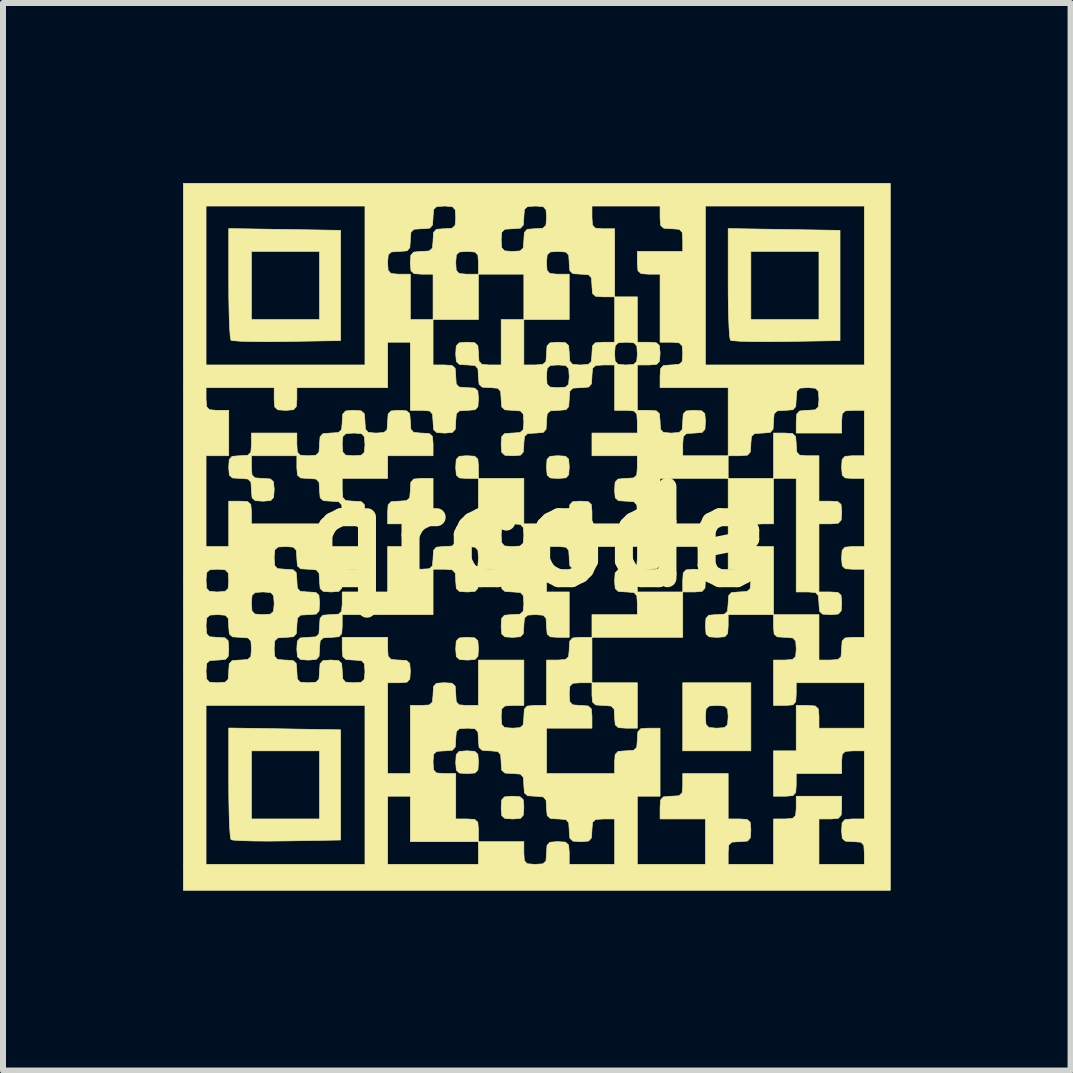
<source format=kicad_pcb>
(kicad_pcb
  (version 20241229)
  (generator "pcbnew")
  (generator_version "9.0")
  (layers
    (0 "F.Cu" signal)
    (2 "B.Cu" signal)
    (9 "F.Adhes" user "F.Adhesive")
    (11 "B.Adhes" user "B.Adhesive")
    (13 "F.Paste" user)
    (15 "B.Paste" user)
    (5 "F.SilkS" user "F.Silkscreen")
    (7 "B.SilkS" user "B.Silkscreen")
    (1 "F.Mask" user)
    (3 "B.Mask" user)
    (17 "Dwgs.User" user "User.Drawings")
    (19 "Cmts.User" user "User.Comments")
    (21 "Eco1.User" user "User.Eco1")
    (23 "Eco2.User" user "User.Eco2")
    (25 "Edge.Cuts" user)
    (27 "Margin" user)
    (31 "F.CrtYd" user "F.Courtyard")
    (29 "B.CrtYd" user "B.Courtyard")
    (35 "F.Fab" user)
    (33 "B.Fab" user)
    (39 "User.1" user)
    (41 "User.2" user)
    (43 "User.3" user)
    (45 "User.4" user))
  (footprint "qrcode"
    (layer "F.Cu")
    (at 5.896 5.896)
    (property "Reference" "qrcode" (at 0 0 0) (layer "F.SilkS") (effects (font (size 1.524 1.524) (thickness 0.3))))
    (attr through_hole)
    (fp_poly (pts (xy -1.035 -1.343) (xy -0.983 -1.295) (xy -0.973 -1.176) (xy -0.973 -1.162) (xy -0.973 -0.973) (xy -1.162 -0.973) (xy -1.289 -0.981) (xy -1.341 -1.028) (xy -1.351 -1.148) (xy -1.351 -1.162) (xy -1.343 -1.289) (xy -1.295 -1.341) (xy -1.176 -1.351) (xy -1.162 -1.351) (xy -1.035 -1.343)) (stroke (width 0.01) (type solid)) (fill yes) (layer "F.SilkS"))
    (fp_poly (pts (xy 2.748 0.549) (xy 2.8 0.596) (xy 2.81 0.715) (xy 2.81 0.73) (xy 2.802 0.856) (xy 2.755 0.908) (xy 2.635 0.919) (xy 2.621 0.919) (xy 2.432 0.919) (xy 2.432 0.73) (xy 2.44 0.603) (xy 2.487 0.551) (xy 2.607 0.54) (xy 2.621 0.54) (xy 2.748 0.549)) (stroke (width 0.01) (type solid)) (fill yes) (layer "F.SilkS"))
    (fp_poly (pts (xy -1.729 -0.216) (xy -2.486 -0.216) (xy -2.486 -0.405) (xy -2.478 -0.532) (xy -2.43 -0.584) (xy -2.311 -0.594) (xy -2.297 -0.594) (xy -2.17 -0.603) (xy -2.118 -0.65) (xy -2.108 -0.769) (xy -2.108 -0.784) (xy -2.099 -0.91) (xy -2.052 -0.962) (xy -1.933 -0.973) (xy -1.919 -0.973) (xy -1.729 -0.973) (xy -1.729 -0.216)) (stroke (width 0.01) (type solid)) (fill yes) (layer "F.SilkS"))
    (fp_poly (pts (xy -1.035 1.684) (xy -0.983 1.731) (xy -0.973 1.85) (xy -0.973 1.864) (xy -0.981 1.991) (xy -1.028 2.043) (xy -1.148 2.054) (xy -1.162 2.054) (xy -1.289 2.045) (xy -1.341 1.998) (xy -1.351 1.879) (xy -1.351 1.864) (xy -1.343 1.738) (xy -1.295 1.686) (xy -1.176 1.675) (xy -1.162 1.675) (xy -1.035 1.684)) (stroke (width 0.01) (type solid)) (fill yes) (layer "F.SilkS"))
    (fp_poly (pts (xy -1.035 3.575) (xy -0.983 3.622) (xy -0.973 3.742) (xy -0.973 3.756) (xy -0.981 3.883) (xy -1.028 3.935) (xy -1.148 3.945) (xy -1.162 3.945) (xy -1.289 3.937) (xy -1.341 3.89) (xy -1.351 3.77) (xy -1.351 3.756) (xy -1.343 3.629) (xy -1.295 3.577) (xy -1.176 3.567) (xy -1.162 3.567) (xy -1.035 3.575)) (stroke (width 0.01) (type solid)) (fill yes) (layer "F.SilkS"))
    (fp_poly (pts (xy -0.279 4.332) (xy -0.227 4.379) (xy -0.216 4.498) (xy -0.216 4.513) (xy -0.225 4.639) (xy -0.272 4.691) (xy -0.391 4.702) (xy -0.405 4.702) (xy -0.532 4.693) (xy -0.584 4.646) (xy -0.594 4.527) (xy -0.594 4.513) (xy -0.586 4.386) (xy -0.539 4.334) (xy -0.42 4.323) (xy -0.405 4.323) (xy -0.279 4.332)) (stroke (width 0.01) (type solid)) (fill yes) (layer "F.SilkS"))
    (fp_poly (pts (xy 0.478 -1.343) (xy 0.53 -1.295) (xy 0.54 -1.176) (xy 0.54 -1.162) (xy 0.532 -1.035) (xy 0.485 -0.983) (xy 0.366 -0.973) (xy 0.351 -0.973) (xy 0.225 -0.981) (xy 0.173 -1.028) (xy 0.162 -1.148) (xy 0.162 -1.162) (xy 0.17 -1.289) (xy 0.218 -1.341) (xy 0.337 -1.351) (xy 0.351 -1.351) (xy 0.478 -1.343)) (stroke (width 0.01) (type solid)) (fill yes) (layer "F.SilkS"))
    (fp_poly (pts (xy 1.675 3.189) (xy 1.486 3.189) (xy 1.359 3.18) (xy 1.307 3.133) (xy 1.297 3.014) (xy 1.297 2.999) (xy 1.289 2.873) (xy 1.241 2.821) (xy 1.122 2.81) (xy 1.108 2.81) (xy 0.981 2.802) (xy 0.929 2.755) (xy 0.919 2.635) (xy 0.919 2.621) (xy 0.919 2.432) (xy 1.675 2.432) (xy 1.675 3.189)) (stroke (width 0.01) (type solid)) (fill yes) (layer "F.SilkS"))
    (fp_poly (pts (xy -3.27 -5.107) (xy -3.27 -3.27) (xy -4.165 -3.255) (xy -4.465 -3.252) (xy -4.728 -3.254) (xy -4.933 -3.259) (xy -5.062 -3.269) (xy -5.097 -3.277) (xy -5.109 -3.341) (xy -5.12 -3.495) (xy -5.128 -3.719) (xy -5.133 -3.995) (xy -5.134 -4.226) (xy -5.134 -4.756) (xy -4.756 -4.756) (xy -4.756 -3.621) (xy -3.621 -3.621) (xy -3.621 -4.756) (xy -4.756 -4.756) (xy -5.134 -4.756) (xy -5.134 -5.137) (xy -3.27 -5.107)) (stroke (width 0.01) (type solid)) (fill yes) (layer "F.SilkS"))
    (fp_poly (pts (xy -3.27 3.216) (xy -3.27 5.053) (xy -4.165 5.068) (xy -4.465 5.071) (xy -4.728 5.069) (xy -4.933 5.063) (xy -5.062 5.054) (xy -5.097 5.045) (xy -5.109 4.981) (xy -5.12 4.828) (xy -5.128 4.604) (xy -5.133 4.327) (xy -5.134 4.097) (xy -5.134 3.567) (xy -4.756 3.567) (xy -4.756 4.702) (xy -3.621 4.702) (xy -3.621 3.567) (xy -4.756 3.567) (xy -5.134 3.567) (xy -5.134 3.186) (xy -3.27 3.216)) (stroke (width 0.01) (type solid)) (fill yes) (layer "F.SilkS"))
    (fp_poly (pts (xy 4.121 -5.122) (xy 5.053 -5.107) (xy 5.053 -3.27) (xy 4.158 -3.255) (xy 3.857 -3.252) (xy 3.595 -3.254) (xy 3.39 -3.259) (xy 3.261 -3.269) (xy 3.226 -3.277) (xy 3.213 -3.341) (xy 3.203 -3.495) (xy 3.195 -3.719) (xy 3.19 -3.995) (xy 3.189 -4.226) (xy 3.189 -4.756) (xy 3.567 -4.756) (xy 3.567 -3.621) (xy 4.702 -3.621) (xy 4.702 -4.756) (xy 3.567 -4.756) (xy 3.189 -4.756) (xy 3.189 -5.137) (xy 4.121 -5.122)) (stroke (width 0.01) (type solid)) (fill yes) (layer "F.SilkS"))
    (fp_poly (pts (xy 3.567 3.567) (xy 2.432 3.567) (xy 2.432 2.999) (xy 2.81 2.999) (xy 2.819 3.126) (xy 2.866 3.178) (xy 2.985 3.188) (xy 2.999 3.189) (xy 3.126 3.18) (xy 3.178 3.133) (xy 3.188 3.014) (xy 3.189 2.999) (xy 3.18 2.873) (xy 3.133 2.821) (xy 3.014 2.81) (xy 2.999 2.81) (xy 2.873 2.819) (xy 2.821 2.866) (xy 2.81 2.985) (xy 2.81 2.999) (xy 2.432 2.999) (xy 2.432 2.432) (xy 3.567 2.432) (xy 3.567 3.567)) (stroke (width 0.01) (type solid)) (fill yes) (layer "F.SilkS"))
    (fp_poly (pts (xy 3.945 -1.729) (xy 4.134 -1.729) (xy 4.261 -1.721) (xy 4.313 -1.674) (xy 4.323 -1.555) (xy 4.323 -1.54) (xy 4.332 -1.413) (xy 4.379 -1.361) (xy 4.498 -1.351) (xy 4.513 -1.351) (xy 4.702 -1.351) (xy 4.702 -0.594) (xy 4.891 -0.594) (xy 5.018 -0.586) (xy 5.07 -0.539) (xy 5.08 -0.42) (xy 5.08 -0.405) (xy 5.072 -0.279) (xy 5.024 -0.227) (xy 4.905 -0.216) (xy 4.891 -0.216) (xy 4.702 -0.216) (xy 4.702 0.919) (xy 4.891 0.919) (xy 5.018 0.927) (xy 5.07 0.974) (xy 5.08 1.093) (xy 5.08 1.108) (xy 5.072 1.235) (xy 5.024 1.287) (xy 4.905 1.297) (xy 4.891 1.297) (xy 4.764 1.289) (xy 4.712 1.241) (xy 4.702 1.122) (xy 4.702 1.108) (xy 4.693 0.981) (xy 4.646 0.929) (xy 4.527 0.919) (xy 4.513 0.919) (xy 4.323 0.919) (xy 4.323 -0.973) (xy 3.945 -0.973) (xy 3.945 -1.729)) (stroke (width 0.01) (type solid)) (fill yes) (layer "F.SilkS"))
    (fp_poly (pts (xy 3.945 -0.216) (xy 3.756 -0.216) (xy 3.629 -0.208) (xy 3.577 -0.161) (xy 3.567 -0.041) (xy 3.567 -0.027) (xy 3.575 0.1) (xy 3.622 0.152) (xy 3.742 0.162) (xy 3.756 0.162) (xy 3.945 0.162) (xy 3.945 1.297) (xy 3.189 1.297) (xy 3.189 1.486) (xy 3.18 1.613) (xy 3.133 1.665) (xy 3.014 1.675) (xy 2.999 1.675) (xy 2.873 1.667) (xy 2.821 1.62) (xy 2.81 1.501) (xy 2.81 1.486) (xy 2.819 1.359) (xy 2.866 1.307) (xy 2.985 1.297) (xy 2.999 1.297) (xy 3.126 1.289) (xy 3.178 1.241) (xy 3.188 1.122) (xy 3.189 1.108) (xy 3.197 0.981) (xy 3.244 0.929) (xy 3.363 0.919) (xy 3.378 0.919) (xy 3.504 0.91) (xy 3.556 0.863) (xy 3.567 0.744) (xy 3.567 0.73) (xy 3.558 0.603) (xy 3.511 0.551) (xy 3.392 0.54) (xy 3.378 0.54) (xy 3.189 0.54) (xy 3.189 -0.973) (xy 3.945 -0.973) (xy 3.945 -0.216)) (stroke (width 0.01) (type solid)) (fill yes) (layer "F.SilkS"))
    (fp_poly (pts (xy -2.17 -2.099) (xy -2.118 -2.052) (xy -2.108 -1.933) (xy -2.108 -1.919) (xy -2.099 -1.792) (xy -2.052 -1.74) (xy -1.933 -1.729) (xy -1.919 -1.729) (xy -1.792 -1.721) (xy -1.74 -1.674) (xy -1.729 -1.555) (xy -1.729 -1.54) (xy -1.729 -1.351) (xy -2.486 -1.351) (xy -2.486 -0.973) (xy -3.243 -0.973) (xy -3.243 -0.784) (xy -3.234 -0.657) (xy -3.187 -0.605) (xy -3.068 -0.594) (xy -3.053 -0.594) (xy -2.927 -0.586) (xy -2.875 -0.539) (xy -2.864 -0.42) (xy -2.864 -0.405) (xy -2.873 -0.279) (xy -2.92 -0.227) (xy -3.039 -0.216) (xy -3.053 -0.216) (xy -3.18 -0.225) (xy -3.232 -0.272) (xy -3.243 -0.391) (xy -3.243 -0.405) (xy -3.251 -0.532) (xy -3.298 -0.584) (xy -3.417 -0.594) (xy -3.432 -0.594) (xy -3.558 -0.603) (xy -3.61 -0.65) (xy -3.621 -0.769) (xy -3.621 -0.784) (xy -3.629 -0.91) (xy -3.676 -0.962) (xy -3.796 -0.973) (xy -3.81 -0.973) (xy -3.937 -0.981) (xy -3.989 -1.028) (xy -3.999 -1.148) (xy -3.999 -1.162) (xy -3.999 -1.351) (xy -4.756 -1.351) (xy -4.756 -1.162) (xy -4.747 -1.035) (xy -4.7 -0.983) (xy -4.581 -0.973) (xy -4.567 -0.973) (xy -4.44 -0.964) (xy -4.388 -0.917) (xy -4.377 -0.798) (xy -4.377 -0.784) (xy -4.386 -0.657) (xy -4.433 -0.605) (xy -4.552 -0.594) (xy -4.567 -0.594) (xy -4.693 -0.603) (xy -4.745 -0.65) (xy -4.756 -0.769) (xy -4.756 -0.784) (xy -4.764 -0.91) (xy -4.811 -0.962) (xy -4.93 -0.973) (xy -4.945 -0.973) (xy -5.072 -0.981) (xy -5.124 -1.028) (xy -5.134 -1.148) (xy -5.134 -1.162) (xy -5.126 -1.289) (xy -5.078 -1.341) (xy -4.959 -1.351) (xy -4.945 -1.351) (xy -4.818 -1.359) (xy -4.766 -1.407) (xy -4.756 -1.526) (xy -4.756 -1.54) (xy -4.756 -1.729) (xy -3.999 -1.729) (xy -3.999 -1.54) (xy -3.991 -1.413) (xy -3.944 -1.361) (xy -3.824 -1.351) (xy -3.81 -1.351) (xy -3.683 -1.359) (xy -3.631 -1.407) (xy -3.621 -1.526) (xy -3.621 -1.54) (xy -3.243 -1.54) (xy -3.234 -1.413) (xy -3.187 -1.361) (xy -3.068 -1.351) (xy -3.053 -1.351) (xy -2.927 -1.359) (xy -2.875 -1.407) (xy -2.864 -1.526) (xy -2.864 -1.54) (xy -2.873 -1.667) (xy -2.92 -1.719) (xy -3.039 -1.729) (xy -3.053 -1.729) (xy -3.18 -1.721) (xy -3.232 -1.674) (xy -3.243 -1.555) (xy -3.243 -1.54) (xy -3.621 -1.54) (xy -3.612 -1.667) (xy -3.565 -1.719) (xy -3.446 -1.729) (xy -3.432 -1.729) (xy -3.305 -1.738) (xy -3.253 -1.785) (xy -3.243 -1.904) (xy -3.243 -1.919) (xy -3.234 -2.045) (xy -3.187 -2.097) (xy -3.068 -2.108) (xy -3.053 -2.108) (xy -2.927 -2.099) (xy -2.875 -2.052) (xy -2.864 -1.933) (xy -2.864 -1.919) (xy -2.856 -1.792) (xy -2.809 -1.74) (xy -2.69 -1.729) (xy -2.675 -1.729) (xy -2.548 -1.738) (xy -2.496 -1.785) (xy -2.486 -1.904) (xy -2.486 -1.919) (xy -2.478 -2.045) (xy -2.43 -2.097) (xy -2.311 -2.108) (xy -2.297 -2.108) (xy -2.17 -2.099)) (stroke (width 0.01) (type solid)) (fill yes) (layer "F.SilkS"))
    (fp_poly (pts (xy 1.675 -3.243) (xy 1.864 -3.243) (xy 1.991 -3.234) (xy 2.043 -3.187) (xy 2.054 -3.068) (xy 2.054 -3.053) (xy 2.045 -2.927) (xy 1.998 -2.875) (xy 1.879 -2.864) (xy 1.864 -2.864) (xy 1.675 -2.864) (xy 1.675 -2.108) (xy 1.864 -2.108) (xy 1.991 -2.099) (xy 2.043 -2.052) (xy 2.054 -1.933) (xy 2.054 -1.919) (xy 2.062 -1.792) (xy 2.109 -1.74) (xy 2.228 -1.729) (xy 2.243 -1.729) (xy 2.37 -1.738) (xy 2.422 -1.785) (xy 2.432 -1.904) (xy 2.432 -1.919) (xy 2.44 -2.045) (xy 2.487 -2.097) (xy 2.607 -2.108) (xy 2.621 -2.108) (xy 2.748 -2.099) (xy 2.8 -2.052) (xy 2.81 -1.933) (xy 2.81 -1.919) (xy 2.802 -1.792) (xy 2.755 -1.74) (xy 2.635 -1.729) (xy 2.621 -1.729) (xy 2.494 -1.721) (xy 2.442 -1.674) (xy 2.432 -1.555) (xy 2.432 -1.54) (xy 2.432 -1.351) (xy 3.189 -1.351) (xy 3.189 -0.973) (xy 2.054 -0.973) (xy 2.054 -0.216) (xy 2.81 -0.216) (xy 2.81 0.162) (xy 2.054 0.162) (xy 2.054 0.351) (xy 2.045 0.478) (xy 1.998 0.53) (xy 1.879 0.54) (xy 1.864 0.54) (xy 1.738 0.549) (xy 1.686 0.596) (xy 1.675 0.715) (xy 1.675 0.73) (xy 1.675 0.919) (xy 2.432 0.919) (xy 2.432 1.675) (xy 0.919 1.675) (xy 0.919 1.297) (xy 1.675 1.297) (xy 1.675 1.108) (xy 1.667 0.981) (xy 1.62 0.929) (xy 1.501 0.919) (xy 1.486 0.919) (xy 1.359 0.91) (xy 1.307 0.863) (xy 1.297 0.744) (xy 1.297 0.73) (xy 1.305 0.603) (xy 1.353 0.551) (xy 1.472 0.54) (xy 1.486 0.54) (xy 1.613 0.532) (xy 1.665 0.485) (xy 1.675 0.366) (xy 1.675 0.351) (xy 1.675 0.162) (xy 0.919 0.162) (xy 0.919 0.351) (xy 0.91 0.478) (xy 0.863 0.53) (xy 0.744 0.54) (xy 0.73 0.54) (xy 0.603 0.532) (xy 0.551 0.485) (xy 0.54 0.366) (xy 0.54 0.351) (xy 0.532 0.225) (xy 0.485 0.173) (xy 0.366 0.162) (xy 0.351 0.162) (xy 0.162 0.162) (xy 0.162 0.919) (xy 0.54 0.919) (xy 0.54 1.675) (xy 0.351 1.675) (xy 0.225 1.667) (xy 0.173 1.62) (xy 0.162 1.501) (xy 0.162 1.486) (xy 0.154 1.359) (xy 0.107 1.307) (xy -0.013 1.297) (xy -0.027 1.297) (xy -0.154 1.305) (xy -0.206 1.353) (xy -0.216 1.472) (xy -0.216 1.486) (xy -0.225 1.613) (xy -0.272 1.665) (xy -0.391 1.675) (xy -0.405 1.675) (xy -0.532 1.667) (xy -0.584 1.62) (xy -0.594 1.501) (xy -0.594 1.486) (xy -0.586 1.359) (xy -0.539 1.307) (xy -0.42 1.297) (xy -0.405 1.297) (xy -0.279 1.289) (xy -0.227 1.241) (xy -0.216 1.122) (xy -0.216 1.108) (xy -0.225 0.981) (xy -0.272 0.929) (xy -0.391 0.919) (xy -0.405 0.919) (xy -0.532 0.91) (xy -0.584 0.863) (xy -0.594 0.744) (xy -0.594 0.73) (xy -0.603 0.603) (xy -0.65 0.551) (xy -0.769 0.54) (xy -0.784 0.54) (xy -0.91 0.549) (xy -0.962 0.596) (xy -0.973 0.715) (xy -0.973 0.73) (xy -0.981 0.856) (xy -1.028 0.908) (xy -1.148 0.919) (xy -1.162 0.919) (xy -1.289 0.91) (xy -1.341 0.863) (xy -1.351 0.744) (xy -1.351 0.73) (xy -1.359 0.603) (xy -1.407 0.551) (xy -1.526 0.54) (xy -1.54 0.54) (xy -1.729 0.54) (xy -1.729 1.297) (xy -3.243 1.297) (xy -3.243 1.486) (xy -3.251 1.613) (xy -3.298 1.665) (xy -3.417 1.675) (xy -3.432 1.675) (xy -3.558 1.684) (xy -3.61 1.731) (xy -3.621 1.85) (xy -3.621 1.864) (xy -3.629 1.991) (xy -3.676 2.043) (xy -3.796 2.054) (xy -3.81 2.054) (xy -3.937 2.045) (xy -3.989 1.998) (xy -3.999 1.879) (xy -3.999 1.864) (xy -3.991 1.738) (xy -3.944 1.686) (xy -3.824 1.675) (xy -3.81 1.675) (xy -3.683 1.667) (xy -3.631 1.62) (xy -3.621 1.501) (xy -3.621 1.486) (xy -3.612 1.359) (xy -3.565 1.307) (xy -3.446 1.297) (xy -3.432 1.297) (xy -3.305 1.289) (xy -3.253 1.241) (xy -3.243 1.122) (xy -3.243 1.108) (xy -3.243 0.919) (xy -2.486 0.919) (xy -2.486 0.162) (xy -2.297 0.162) (xy -2.17 0.17) (xy -2.118 0.218) (xy -2.108 0.337) (xy -2.108 0.351) (xy -2.099 0.478) (xy -2.052 0.53) (xy -1.933 0.54) (xy -1.919 0.54) (xy -1.792 0.532) (xy -1.74 0.485) (xy -1.729 0.366) (xy -1.729 0.351) (xy -1.351 0.351) (xy -1.343 0.478) (xy -1.295 0.53) (xy -1.176 0.54) (xy -1.162 0.54) (xy -1.035 0.532) (xy -0.983 0.485) (xy -0.973 0.366) (xy -0.973 0.351) (xy -0.981 0.225) (xy -1.028 0.173) (xy -1.148 0.162) (xy -1.162 0.162) (xy -1.289 0.17) (xy -1.341 0.218) (xy -1.351 0.337) (xy -1.351 0.351) (xy -1.729 0.351) (xy -1.721 0.225) (xy -1.674 0.173) (xy -1.555 0.162) (xy -1.54 0.162) (xy -1.413 0.154) (xy -1.361 0.107) (xy -1.351 -0.013) (xy -1.351 -0.027) (xy -0.594 -0.027) (xy -0.586 0.1) (xy -0.539 0.152) (xy -0.42 0.162) (xy -0.405 0.162) (xy -0.279 0.154) (xy -0.227 0.107) (xy -0.216 -0.013) (xy -0.216 -0.027) (xy -0.225 -0.154) (xy -0.272 -0.206) (xy -0.391 -0.216) (xy -0.405 -0.216) (xy -0.532 -0.208) (xy -0.584 -0.161) (xy -0.594 -0.041) (xy -0.594 -0.027) (xy -1.351 -0.027) (xy -1.343 -0.154) (xy -1.295 -0.206) (xy -1.176 -0.216) (xy -1.162 -0.216) (xy -0.973 -0.216) (xy -0.973 -0.973) (xy -0.216 -0.973) (xy -0.216 -0.216) (xy 0.54 -0.216) (xy 0.54 -0.405) (xy 0.549 -0.532) (xy 0.596 -0.584) (xy 0.715 -0.594) (xy 0.73 -0.594) (xy 0.856 -0.586) (xy 0.908 -0.539) (xy 0.919 -0.42) (xy 0.919 -0.405) (xy 0.919 -0.216) (xy 1.675 -0.216) (xy 1.675 -0.405) (xy 1.667 -0.532) (xy 1.62 -0.584) (xy 1.501 -0.594) (xy 1.486 -0.594) (xy 1.359 -0.603) (xy 1.307 -0.65) (xy 1.297 -0.769) (xy 1.297 -0.784) (xy 1.305 -0.91) (xy 1.353 -0.962) (xy 1.472 -0.973) (xy 1.486 -0.973) (xy 1.613 -0.981) (xy 1.665 -1.028) (xy 1.675 -1.148) (xy 1.675 -1.162) (xy 1.675 -1.351) (xy 0.919 -1.351) (xy 0.919 -1.729) (xy 1.675 -1.729) (xy 1.675 -1.919) (xy 1.667 -2.045) (xy 1.62 -2.097) (xy 1.501 -2.108) (xy 1.486 -2.108) (xy 1.297 -2.108) (xy 1.297 -2.864) (xy 1.108 -2.864) (xy 0.981 -2.856) (xy 0.929 -2.809) (xy 0.919 -2.69) (xy 0.919 -2.675) (xy 0.91 -2.548) (xy 0.863 -2.496) (xy 0.744 -2.486) (xy 0.73 -2.486) (xy 0.603 -2.478) (xy 0.551 -2.43) (xy 0.54 -2.311) (xy 0.54 -2.297) (xy 0.532 -2.17) (xy 0.485 -2.118) (xy 0.366 -2.108) (xy 0.351 -2.108) (xy 0.225 -2.099) (xy 0.173 -2.052) (xy 0.162 -1.933) (xy 0.162 -1.919) (xy 0.154 -1.792) (xy 0.107 -1.74) (xy -0.013 -1.729) (xy -0.027 -1.729) (xy -0.154 -1.721) (xy -0.206 -1.674) (xy -0.216 -1.555) (xy -0.216 -1.54) (xy -0.225 -1.413) (xy -0.272 -1.361) (xy -0.391 -1.351) (xy -0.405 -1.351) (xy -0.532 -1.359) (xy -0.584 -1.407) (xy -0.594 -1.526) (xy -0.594 -1.54) (xy -0.586 -1.667) (xy -0.539 -1.719) (xy -0.42 -1.729) (xy -0.405 -1.729) (xy -0.279 -1.738) (xy -0.227 -1.785) (xy -0.216 -1.904) (xy -0.216 -1.919) (xy -0.225 -2.045) (xy -0.272 -2.097) (xy -0.391 -2.108) (xy -0.405 -2.108) (xy -0.532 -2.116) (xy -0.584 -2.163) (xy -0.594 -2.282) (xy -0.594 -2.297) (xy -0.603 -2.424) (xy -0.65 -2.476) (xy -0.769 -2.486) (xy -0.784 -2.486) (xy -0.91 -2.494) (xy -0.962 -2.542) (xy -0.973 -2.661) (xy -0.973 -2.675) (xy 0.162 -2.675) (xy 0.17 -2.548) (xy 0.218 -2.496) (xy 0.337 -2.486) (xy 0.351 -2.486) (xy 0.478 -2.494) (xy 0.53 -2.542) (xy 0.54 -2.661) (xy 0.54 -2.675) (xy 0.532 -2.802) (xy 0.485 -2.854) (xy 0.366 -2.864) (xy 0.351 -2.864) (xy 0.225 -2.856) (xy 0.173 -2.809) (xy 0.162 -2.69) (xy 0.162 -2.675) (xy -0.973 -2.675) (xy -0.981 -2.802) (xy -1.028 -2.854) (xy -1.148 -2.864) (xy -1.162 -2.864) (xy -1.289 -2.873) (xy -1.341 -2.92) (xy -1.351 -3.039) (xy -1.351 -3.053) (xy -1.343 -3.18) (xy -1.295 -3.232) (xy -1.176 -3.243) (xy -1.162 -3.243) (xy -1.035 -3.234) (xy -0.983 -3.187) (xy -0.973 -3.068) (xy -0.973 -3.053) (xy -0.964 -2.927) (xy -0.917 -2.875) (xy -0.798 -2.864) (xy -0.784 -2.864) (xy -0.594 -2.864) (xy -0.594 -3.621) (xy -0.216 -3.621) (xy -0.216 -2.864) (xy -0.027 -2.864) (xy 0.1 -2.873) (xy 0.152 -2.92) (xy 0.162 -3.039) (xy 0.162 -3.053) (xy 0.17 -3.18) (xy 0.218 -3.232) (xy 0.337 -3.243) (xy 0.351 -3.243) (xy 0.478 -3.234) (xy 0.53 -3.187) (xy 0.54 -3.068) (xy 0.54 -3.053) (xy 0.549 -2.927) (xy 0.596 -2.875) (xy 0.715 -2.864) (xy 0.73 -2.864) (xy 0.856 -2.873) (xy 0.908 -2.92) (xy 0.919 -3.039) (xy 0.919 -3.053) (xy 1.297 -3.053) (xy 1.305 -2.927) (xy 1.353 -2.875) (xy 1.472 -2.864) (xy 1.486 -2.864) (xy 1.613 -2.873) (xy 1.665 -2.92) (xy 1.675 -3.039) (xy 1.675 -3.053) (xy 1.667 -3.18) (xy 1.62 -3.232) (xy 1.501 -3.243) (xy 1.486 -3.243) (xy 1.359 -3.234) (xy 1.307 -3.187) (xy 1.297 -3.068) (xy 1.297 -3.053) (xy 0.919 -3.053) (xy 0.927 -3.18) (xy 0.974 -3.232) (xy 1.093 -3.243) (xy 1.108 -3.243) (xy 1.297 -3.243) (xy 1.297 -3.999) (xy 1.675 -3.999) (xy 1.675 -3.243)) (stroke (width 0.01) (type solid)) (fill yes) (layer "F.SilkS"))
    (fp_poly (pts (xy 5.891 5.891) (xy -5.891 5.891) (xy -5.891 2.81) (xy -5.512 2.81) (xy -5.512 5.458) (xy -2.864 5.458) (xy -2.864 4.323) (xy -2.486 4.323) (xy -2.486 5.458) (xy -0.973 5.458) (xy -0.973 5.08) (xy -2.108 5.08) (xy -2.108 4.323) (xy -2.486 4.323) (xy -2.864 4.323) (xy -2.864 2.81) (xy -5.512 2.81) (xy -5.891 2.81) (xy -5.891 1.486) (xy -5.512 1.486) (xy -5.504 1.613) (xy -5.457 1.665) (xy -5.338 1.675) (xy -5.323 1.675) (xy -5.196 1.684) (xy -5.144 1.731) (xy -5.134 1.85) (xy -5.134 1.864) (xy -5.142 1.991) (xy -5.19 2.043) (xy -5.309 2.054) (xy -5.323 2.054) (xy -5.45 2.062) (xy -5.502 2.109) (xy -5.512 2.228) (xy -5.512 2.243) (xy -5.504 2.37) (xy -5.457 2.422) (xy -5.338 2.432) (xy -5.323 2.432) (xy -5.196 2.424) (xy -5.144 2.376) (xy -5.134 2.257) (xy -5.134 2.243) (xy -5.126 2.116) (xy -5.078 2.064) (xy -4.959 2.054) (xy -4.945 2.054) (xy -4.818 2.045) (xy -4.766 1.998) (xy -4.756 1.879) (xy -4.756 1.864) (xy -4.764 1.738) (xy -4.811 1.686) (xy -4.93 1.675) (xy -4.945 1.675) (xy -5.072 1.667) (xy -5.124 1.62) (xy -5.134 1.501) (xy -5.134 1.486) (xy -5.142 1.359) (xy -5.19 1.307) (xy -5.309 1.297) (xy -5.323 1.297) (xy -5.45 1.305) (xy -5.502 1.353) (xy -5.512 1.472) (xy -5.512 1.486) (xy -5.891 1.486) (xy -5.891 1.108) (xy -4.756 1.108) (xy -4.747 1.235) (xy -4.7 1.287) (xy -4.581 1.297) (xy -4.567 1.297) (xy -4.44 1.289) (xy -4.388 1.241) (xy -4.377 1.122) (xy -4.377 1.108) (xy -4.386 0.981) (xy -4.433 0.929) (xy -4.552 0.919) (xy -4.567 0.919) (xy -4.693 0.927) (xy -4.745 0.974) (xy -4.756 1.093) (xy -4.756 1.108) (xy -5.891 1.108) (xy -5.891 0.73) (xy -5.512 0.73) (xy -5.504 0.856) (xy -5.457 0.908) (xy -5.338 0.919) (xy -5.323 0.919) (xy -5.196 0.91) (xy -5.144 0.863) (xy -5.134 0.744) (xy -5.134 0.73) (xy -5.142 0.603) (xy -5.19 0.551) (xy -5.309 0.54) (xy -5.323 0.54) (xy -5.45 0.549) (xy -5.502 0.596) (xy -5.512 0.715) (xy -5.512 0.73) (xy -5.891 0.73) (xy -5.891 -2.486) (xy -5.512 -2.486) (xy -5.512 -2.297) (xy -5.504 -2.17) (xy -5.457 -2.118) (xy -5.338 -2.108) (xy -5.323 -2.108) (xy -5.134 -2.108) (xy -5.134 -1.351) (xy -5.512 -1.351) (xy -5.512 0.162) (xy -5.134 0.162) (xy -5.134 -0.594) (xy -4.945 -0.594) (xy -4.818 -0.586) (xy -4.766 -0.539) (xy -4.756 -0.42) (xy -4.756 -0.405) (xy -4.756 -0.216) (xy -3.621 -0.216) (xy -3.621 0.162) (xy -2.864 0.162) (xy -2.864 0.351) (xy -2.873 0.478) (xy -2.92 0.53) (xy -3.039 0.54) (xy -3.053 0.54) (xy -3.18 0.549) (xy -3.232 0.596) (xy -3.243 0.715) (xy -3.243 0.73) (xy -3.251 0.856) (xy -3.298 0.908) (xy -3.417 0.919) (xy -3.432 0.919) (xy -3.558 0.91) (xy -3.61 0.863) (xy -3.621 0.744) (xy -3.621 0.73) (xy -3.629 0.603) (xy -3.676 0.551) (xy -3.796 0.54) (xy -3.81 0.54) (xy -3.937 0.532) (xy -3.989 0.485) (xy -3.999 0.366) (xy -3.999 0.351) (xy -4.008 0.225) (xy -4.055 0.173) (xy -4.174 0.162) (xy -4.188 0.162) (xy -4.315 0.17) (xy -4.367 0.218) (xy -4.377 0.337) (xy -4.377 0.351) (xy -4.369 0.478) (xy -4.322 0.53) (xy -4.203 0.54) (xy -4.188 0.54) (xy -4.062 0.549) (xy -4.01 0.596) (xy -3.999 0.715) (xy -3.999 0.73) (xy -3.991 0.856) (xy -3.944 0.908) (xy -3.824 0.919) (xy -3.81 0.919) (xy -3.683 0.927) (xy -3.631 0.974) (xy -3.621 1.093) (xy -3.621 1.108) (xy -3.629 1.235) (xy -3.676 1.287) (xy -3.796 1.297) (xy -3.81 1.297) (xy -3.937 1.305) (xy -3.989 1.353) (xy -3.999 1.472) (xy -3.999 1.486) (xy -4.008 1.613) (xy -4.055 1.665) (xy -4.174 1.675) (xy -4.188 1.675) (xy -4.315 1.684) (xy -4.367 1.731) (xy -4.377 1.85) (xy -4.377 1.864) (xy -4.369 1.991) (xy -4.322 2.043) (xy -4.203 2.054) (xy -4.188 2.054) (xy -4.062 2.062) (xy -4.01 2.109) (xy -3.999 2.228) (xy -3.999 2.243) (xy -3.991 2.37) (xy -3.944 2.422) (xy -3.824 2.432) (xy -3.81 2.432) (xy -3.683 2.424) (xy -3.631 2.376) (xy -3.621 2.257) (xy -3.621 2.243) (xy -3.612 2.116) (xy -3.565 2.064) (xy -3.446 2.054) (xy -3.432 2.054) (xy -3.305 2.062) (xy -3.253 2.109) (xy -3.243 2.228) (xy -3.243 2.243) (xy -3.234 2.37) (xy -3.187 2.422) (xy -3.068 2.432) (xy -3.053 2.432) (xy -2.927 2.424) (xy -2.875 2.376) (xy -2.864 2.257) (xy -2.864 2.243) (xy -2.873 2.116) (xy -2.92 2.064) (xy -3.039 2.054) (xy -3.053 2.054) (xy -3.18 2.045) (xy -3.232 1.998) (xy -3.243 1.879) (xy -3.243 1.864) (xy -3.243 1.675) (xy -2.486 1.675) (xy -2.486 1.864) (xy -2.478 1.991) (xy -2.43 2.043) (xy -2.311 2.054) (xy -2.297 2.054) (xy -2.17 2.062) (xy -2.118 2.109) (xy -2.108 2.228) (xy -2.108 2.243) (xy -2.116 2.37) (xy -2.163 2.422) (xy -2.282 2.432) (xy -2.297 2.432) (xy -2.486 2.432) (xy -2.486 3.945) (xy -2.108 3.945) (xy -2.108 3.756) (xy -1.729 3.756) (xy -1.721 3.883) (xy -1.674 3.935) (xy -1.555 3.945) (xy -1.54 3.945) (xy -1.351 3.945) (xy -1.351 4.702) (xy -1.162 4.702) (xy -1.035 4.71) (xy -0.983 4.757) (xy -0.973 4.876) (xy -0.973 4.891) (xy -0.973 5.08) (xy -0.216 5.08) (xy -0.216 5.269) (xy -0.208 5.396) (xy -0.161 5.448) (xy -0.041 5.458) (xy -0.027 5.458) (xy 0.1 5.45) (xy 0.152 5.403) (xy 0.162 5.284) (xy 0.162 5.269) (xy 0.17 5.142) (xy 0.218 5.09) (xy 0.337 5.08) (xy 0.351 5.08) (xy 0.478 5.088) (xy 0.53 5.136) (xy 0.54 5.255) (xy 0.54 5.269) (xy 0.54 5.458) (xy 1.297 5.458) (xy 1.297 4.702) (xy 1.108 4.702) (xy 0.981 4.71) (xy 0.929 4.757) (xy 0.919 4.876) (xy 0.919 4.891) (xy 0.91 5.018) (xy 0.863 5.07) (xy 0.744 5.08) (xy 0.73 5.08) (xy 0.603 5.072) (xy 0.551 5.024) (xy 0.54 4.905) (xy 0.54 4.891) (xy 0.532 4.764) (xy 0.485 4.712) (xy 0.366 4.702) (xy 0.351 4.702) (xy 0.225 4.693) (xy 0.173 4.646) (xy 0.162 4.527) (xy 0.162 4.513) (xy 0.154 4.386) (xy 0.107 4.334) (xy -0.013 4.323) (xy -0.027 4.323) (xy -0.154 4.315) (xy -0.206 4.268) (xy -0.216 4.149) (xy -0.216 4.134) (xy -0.225 4.007) (xy -0.272 3.955) (xy -0.391 3.945) (xy -0.405 3.945) (xy -0.532 3.937) (xy -0.584 3.89) (xy -0.594 3.77) (xy -0.594 3.756) (xy -0.603 3.629) (xy -0.65 3.577) (xy -0.769 3.567) (xy -0.784 3.567) (xy -0.91 3.558) (xy -0.962 3.511) (xy -0.973 3.392) (xy -0.973 3.378) (xy -0.981 3.251) (xy -1.028 3.199) (xy -1.148 3.189) (xy -1.162 3.189) (xy -1.289 3.197) (xy -1.341 3.244) (xy -1.351 3.363) (xy -1.351 3.378) (xy -1.359 3.504) (xy -1.407 3.556) (xy -1.526 3.567) (xy -1.54 3.567) (xy -1.667 3.575) (xy -1.719 3.622) (xy -1.729 3.742) (xy -1.729 3.756) (xy -2.108 3.756) (xy -2.108 2.81) (xy -1.919 2.81) (xy -1.792 2.802) (xy -1.74 2.755) (xy -1.729 2.635) (xy -1.729 2.621) (xy -1.721 2.494) (xy -1.674 2.442) (xy -1.555 2.432) (xy -1.54 2.432) (xy -1.413 2.44) (xy -1.361 2.487) (xy -1.351 2.607) (xy -1.351 2.621) (xy -1.343 2.748) (xy -1.295 2.8) (xy -1.176 2.81) (xy -1.162 2.81) (xy -0.973 2.81) (xy -0.973 2.054) (xy -0.216 2.054) (xy -0.216 2.81) (xy -0.405 2.81) (xy -0.532 2.819) (xy -0.584 2.866) (xy -0.594 2.985) (xy -0.594 2.999) (xy -0.586 3.126) (xy -0.539 3.178) (xy -0.42 3.188) (xy -0.405 3.189) (xy -0.279 3.18) (xy -0.227 3.133) (xy -0.216 3.014) (xy -0.216 2.999) (xy -0.208 2.873) (xy -0.161 2.821) (xy -0.041 2.81) (xy -0.027 2.81) (xy 0.162 2.81) (xy 0.162 2.054) (xy 0.351 2.054) (xy 0.478 2.045) (xy 0.53 1.998) (xy 0.54 1.879) (xy 0.54 1.864) (xy 0.549 1.738) (xy 0.596 1.686) (xy 0.715 1.675) (xy 0.73 1.675) (xy 0.919 1.675) (xy 0.919 2.432) (xy 0.73 2.432) (xy 0.603 2.44) (xy 0.551 2.487) (xy 0.54 2.607) (xy 0.54 2.621) (xy 0.549 2.748) (xy 0.596 2.8) (xy 0.715 2.81) (xy 0.73 2.81) (xy 0.856 2.819) (xy 0.908 2.866) (xy 0.919 2.985) (xy 0.919 2.999) (xy 0.919 3.189) (xy 0.162 3.189) (xy 0.162 3.945) (xy 1.297 3.945) (xy 1.297 3.756) (xy 1.305 3.629) (xy 1.353 3.577) (xy 1.472 3.567) (xy 1.486 3.567) (xy 1.613 3.558) (xy 1.665 3.511) (xy 1.675 3.392) (xy 1.675 3.378) (xy 1.684 3.251) (xy 1.731 3.199) (xy 1.85 3.189) (xy 1.864 3.189) (xy 2.054 3.189) (xy 2.054 4.323) (xy 1.675 4.323) (xy 1.675 5.458) (xy 2.81 5.458) (xy 2.81 4.702) (xy 2.054 4.702) (xy 2.054 4.513) (xy 2.062 4.386) (xy 2.109 4.334) (xy 2.228 4.323) (xy 2.243 4.323) (xy 2.37 4.315) (xy 2.422 4.268) (xy 2.432 4.149) (xy 2.432 4.134) (xy 2.432 3.945) (xy 3.189 3.945) (xy 3.189 4.702) (xy 3.378 4.702) (xy 3.504 4.71) (xy 3.556 4.757) (xy 3.567 4.876) (xy 3.567 4.891) (xy 3.558 5.018) (xy 3.511 5.07) (xy 3.392 5.08) (xy 3.378 5.08) (xy 3.251 5.088) (xy 3.199 5.136) (xy 3.189 5.255) (xy 3.189 5.269) (xy 3.189 5.458) (xy 3.945 5.458) (xy 3.945 4.702) (xy 4.134 4.702) (xy 4.261 4.693) (xy 4.313 4.646) (xy 4.323 4.527) (xy 4.323 4.513) (xy 4.323 4.323) (xy 5.08 4.323) (xy 5.08 4.513) (xy 5.072 4.639) (xy 5.024 4.691) (xy 4.905 4.702) (xy 4.891 4.702) (xy 4.702 4.702) (xy 4.702 5.458) (xy 5.458 5.458) (xy 5.458 5.269) (xy 5.45 5.142) (xy 5.403 5.09) (xy 5.284 5.08) (xy 5.269 5.08) (xy 5.142 5.072) (xy 5.09 5.024) (xy 5.08 4.905) (xy 5.08 4.891) (xy 5.088 4.764) (xy 5.136 4.712) (xy 5.255 4.702) (xy 5.269 4.702) (xy 5.458 4.702) (xy 5.458 3.567) (xy 5.269 3.567) (xy 5.142 3.575) (xy 5.09 3.622) (xy 5.08 3.742) (xy 5.08 3.756) (xy 5.08 3.945) (xy 4.323 3.945) (xy 4.323 4.134) (xy 4.315 4.261) (xy 4.268 4.313) (xy 4.149 4.323) (xy 4.134 4.323) (xy 3.945 4.323) (xy 3.945 3.567) (xy 4.323 3.567) (xy 4.323 2.81) (xy 4.513 2.81) (xy 4.639 2.819) (xy 4.691 2.866) (xy 4.702 2.985) (xy 4.702 2.999) (xy 4.702 3.189) (xy 5.458 3.189) (xy 5.458 2.432) (xy 4.323 2.432) (xy 4.323 2.621) (xy 4.315 2.748) (xy 4.268 2.8) (xy 4.149 2.81) (xy 4.134 2.81) (xy 3.945 2.81) (xy 3.945 2.054) (xy 4.134 2.054) (xy 4.261 2.045) (xy 4.313 1.998) (xy 4.323 1.879) (xy 4.323 1.864) (xy 4.315 1.738) (xy 4.268 1.686) (xy 4.149 1.675) (xy 4.134 1.675) (xy 4.007 1.667) (xy 3.955 1.62) (xy 3.945 1.501) (xy 3.945 1.486) (xy 3.945 1.297) (xy 4.702 1.297) (xy 4.702 2.054) (xy 4.891 2.054) (xy 5.018 2.045) (xy 5.07 1.998) (xy 5.08 1.879) (xy 5.08 1.864) (xy 5.088 1.738) (xy 5.136 1.686) (xy 5.255 1.675) (xy 5.269 1.675) (xy 5.458 1.675) (xy 5.458 0.54) (xy 5.269 0.54) (xy 5.142 0.532) (xy 5.09 0.485) (xy 5.08 0.366) (xy 5.08 0.351) (xy 5.088 0.225) (xy 5.136 0.173) (xy 5.255 0.162) (xy 5.269 0.162) (xy 5.458 0.162) (xy 5.458 -0.973) (xy 5.269 -0.973) (xy 5.142 -0.981) (xy 5.09 -1.028) (xy 5.08 -1.148) (xy 5.08 -1.162) (xy 5.088 -1.289) (xy 5.136 -1.341) (xy 5.255 -1.351) (xy 5.269 -1.351) (xy 5.458 -1.351) (xy 5.458 -2.108) (xy 5.269 -2.108) (xy 5.142 -2.099) (xy 5.09 -2.052) (xy 5.08 -1.933) (xy 5.08 -1.919) (xy 5.08 -1.729) (xy 4.323 -1.729) (xy 4.323 -1.919) (xy 4.332 -2.045) (xy 4.379 -2.097) (xy 4.498 -2.108) (xy 4.513 -2.108) (xy 4.639 -2.116) (xy 4.691 -2.163) (xy 4.702 -2.282) (xy 4.702 -2.297) (xy 4.693 -2.424) (xy 4.646 -2.476) (xy 4.527 -2.486) (xy 4.513 -2.486) (xy 4.386 -2.478) (xy 4.334 -2.43) (xy 4.323 -2.311) (xy 4.323 -2.297) (xy 4.315 -2.17) (xy 4.268 -2.118) (xy 4.149 -2.108) (xy 4.134 -2.108) (xy 4.007 -2.099) (xy 3.955 -2.052) (xy 3.945 -1.933) (xy 3.945 -1.919) (xy 3.937 -1.792) (xy 3.89 -1.74) (xy 3.77 -1.729) (xy 3.756 -1.729) (xy 3.629 -1.721) (xy 3.577 -1.674) (xy 3.567 -1.555) (xy 3.567 -1.54) (xy 3.558 -1.413) (xy 3.511 -1.361) (xy 3.392 -1.351) (xy 3.378 -1.351) (xy 3.189 -1.351) (xy 3.189 -2.486) (xy 2.054 -2.486) (xy 2.054 -2.675) (xy 2.062 -2.802) (xy 2.109 -2.854) (xy 2.228 -2.864) (xy 2.243 -2.864) (xy 2.37 -2.873) (xy 2.422 -2.92) (xy 2.432 -3.039) (xy 2.432 -3.053) (xy 2.424 -3.18) (xy 2.376 -3.232) (xy 2.257 -3.243) (xy 2.243 -3.243) (xy 2.054 -3.243) (xy 2.054 -4.377) (xy 1.864 -4.377) (xy 1.738 -4.386) (xy 1.686 -4.433) (xy 1.675 -4.552) (xy 1.675 -4.567) (xy 1.675 -4.756) (xy 2.432 -4.756) (xy 2.432 -4.945) (xy 2.424 -5.072) (xy 2.376 -5.124) (xy 2.257 -5.134) (xy 2.243 -5.134) (xy 2.116 -5.142) (xy 2.064 -5.19) (xy 2.054 -5.309) (xy 2.054 -5.323) (xy 2.054 -5.512) (xy 2.81 -5.512) (xy 2.81 -2.864) (xy 5.458 -2.864) (xy 5.458 -5.512) (xy 2.81 -5.512) (xy 2.054 -5.512) (xy 0.919 -5.512) (xy 0.919 -5.323) (xy 0.927 -5.196) (xy 0.974 -5.144) (xy 1.093 -5.134) (xy 1.108 -5.134) (xy 1.297 -5.134) (xy 1.297 -3.999) (xy 1.108 -3.999) (xy 0.981 -4.008) (xy 0.929 -4.055) (xy 0.919 -4.174) (xy 0.919 -4.188) (xy 0.91 -4.315) (xy 0.863 -4.367) (xy 0.744 -4.377) (xy 0.73 -4.377) (xy 0.603 -4.386) (xy 0.551 -4.433) (xy 0.54 -4.552) (xy 0.54 -4.567) (xy 0.532 -4.693) (xy 0.485 -4.745) (xy 0.366 -4.756) (xy 0.351 -4.756) (xy 0.225 -4.747) (xy 0.173 -4.7) (xy 0.162 -4.581) (xy 0.162 -4.567) (xy 0.17 -4.44) (xy 0.218 -4.388) (xy 0.337 -4.377) (xy 0.351 -4.377) (xy 0.54 -4.377) (xy 0.54 -3.621) (xy -0.216 -3.621) (xy -0.216 -4.377) (xy -0.973 -4.377) (xy -0.973 -3.621) (xy -1.729 -3.621) (xy -1.729 -2.864) (xy -1.54 -2.864) (xy -1.413 -2.856) (xy -1.361 -2.809) (xy -1.351 -2.69) (xy -1.351 -2.675) (xy -1.343 -2.548) (xy -1.295 -2.496) (xy -1.176 -2.486) (xy -1.162 -2.486) (xy -1.035 -2.478) (xy -0.983 -2.43) (xy -0.973 -2.311) (xy -0.973 -2.297) (xy -0.981 -2.17) (xy -1.028 -2.118) (xy -1.148 -2.108) (xy -1.162 -2.108) (xy -1.289 -2.099) (xy -1.341 -2.052) (xy -1.351 -1.933) (xy -1.351 -1.919) (xy -1.359 -1.792) (xy -1.407 -1.74) (xy -1.526 -1.729) (xy -1.54 -1.729) (xy -1.667 -1.738) (xy -1.719 -1.785) (xy -1.729 -1.904) (xy -1.729 -1.919) (xy -1.738 -2.045) (xy -1.785 -2.097) (xy -1.904 -2.108) (xy -1.919 -2.108) (xy -2.108 -2.108) (xy -2.108 -3.243) (xy -2.486 -3.243) (xy -2.486 -2.486) (xy -3.999 -2.486) (xy -3.999 -2.297) (xy -4.008 -2.17) (xy -4.055 -2.118) (xy -4.174 -2.108) (xy -4.188 -2.108) (xy -4.315 -2.116) (xy -4.367 -2.163) (xy -4.377 -2.282) (xy -4.377 -2.297) (xy -4.377 -2.486) (xy -5.512 -2.486) (xy -5.891 -2.486) (xy -5.891 -5.512) (xy -5.512 -5.512) (xy -5.512 -2.864) (xy -2.864 -2.864) (xy -2.864 -4.567) (xy -2.486 -4.567) (xy -2.478 -4.44) (xy -2.43 -4.388) (xy -2.311 -4.377) (xy -2.297 -4.377) (xy -2.108 -4.377) (xy -2.108 -3.621) (xy -1.729 -3.621) (xy -1.729 -4.377) (xy -1.919 -4.377) (xy -2.045 -4.386) (xy -2.097 -4.433) (xy -2.108 -4.552) (xy -2.108 -4.567) (xy -1.351 -4.567) (xy -1.343 -4.44) (xy -1.295 -4.388) (xy -1.176 -4.377) (xy -1.162 -4.377) (xy -0.973 -4.377) (xy -0.973 -4.567) (xy -0.981 -4.693) (xy -1.028 -4.745) (xy -1.148 -4.756) (xy -1.162 -4.756) (xy -1.289 -4.747) (xy -1.341 -4.7) (xy -1.351 -4.581) (xy -1.351 -4.567) (xy -2.108 -4.567) (xy -2.099 -4.693) (xy -2.052 -4.745) (xy -1.933 -4.756) (xy -1.919 -4.756) (xy -1.792 -4.764) (xy -1.74 -4.811) (xy -1.729 -4.93) (xy -1.729 -4.945) (xy -0.594 -4.945) (xy -0.586 -4.818) (xy -0.539 -4.766) (xy -0.42 -4.756) (xy -0.405 -4.756) (xy -0.279 -4.764) (xy -0.227 -4.811) (xy -0.216 -4.93) (xy -0.216 -4.945) (xy -0.208 -5.072) (xy -0.161 -5.124) (xy -0.041 -5.134) (xy -0.027 -5.134) (xy 0.1 -5.142) (xy 0.152 -5.19) (xy 0.162 -5.309) (xy 0.162 -5.323) (xy 0.154 -5.45) (xy 0.107 -5.502) (xy -0.013 -5.512) (xy -0.027 -5.512) (xy -0.154 -5.504) (xy -0.206 -5.457) (xy -0.216 -5.338) (xy -0.216 -5.323) (xy -0.225 -5.196) (xy -0.272 -5.144) (xy -0.391 -5.134) (xy -0.405 -5.134) (xy -0.532 -5.126) (xy -0.584 -5.078) (xy -0.594 -4.959) (xy -0.594 -4.945) (xy -1.729 -4.945) (xy -1.721 -5.072) (xy -1.674 -5.124) (xy -1.555 -5.134) (xy -1.54 -5.134) (xy -1.413 -5.142) (xy -1.361 -5.19) (xy -1.351 -5.309) (xy -1.351 -5.323) (xy -1.359 -5.45) (xy -1.407 -5.502) (xy -1.526 -5.512) (xy -1.54 -5.512) (xy -1.667 -5.504) (xy -1.719 -5.457) (xy -1.729 -5.338) (xy -1.729 -5.323) (xy -1.738 -5.196) (xy -1.785 -5.144) (xy -1.904 -5.134) (xy -1.919 -5.134) (xy -2.045 -5.126) (xy -2.097 -5.078) (xy -2.108 -4.959) (xy -2.108 -4.945) (xy -2.116 -4.818) (xy -2.163 -4.766) (xy -2.282 -4.756) (xy -2.297 -4.756) (xy -2.424 -4.747) (xy -2.476 -4.7) (xy -2.486 -4.581) (xy -2.486 -4.567) (xy -2.864 -4.567) (xy -2.864 -5.512) (xy -5.512 -5.512) (xy -5.891 -5.512) (xy -5.891 -5.891) (xy 5.891 -5.891) (xy 5.891 5.891)) (stroke (width 0.01) (type solid)) (fill yes) (layer "F.SilkS")))
  (gr_rect
    (start -3 -3)
    (end 14.791 14.791)
    (stroke (width 0.1) (type default))
    (fill no)
    (layer "Edge.Cuts")))
</source>
